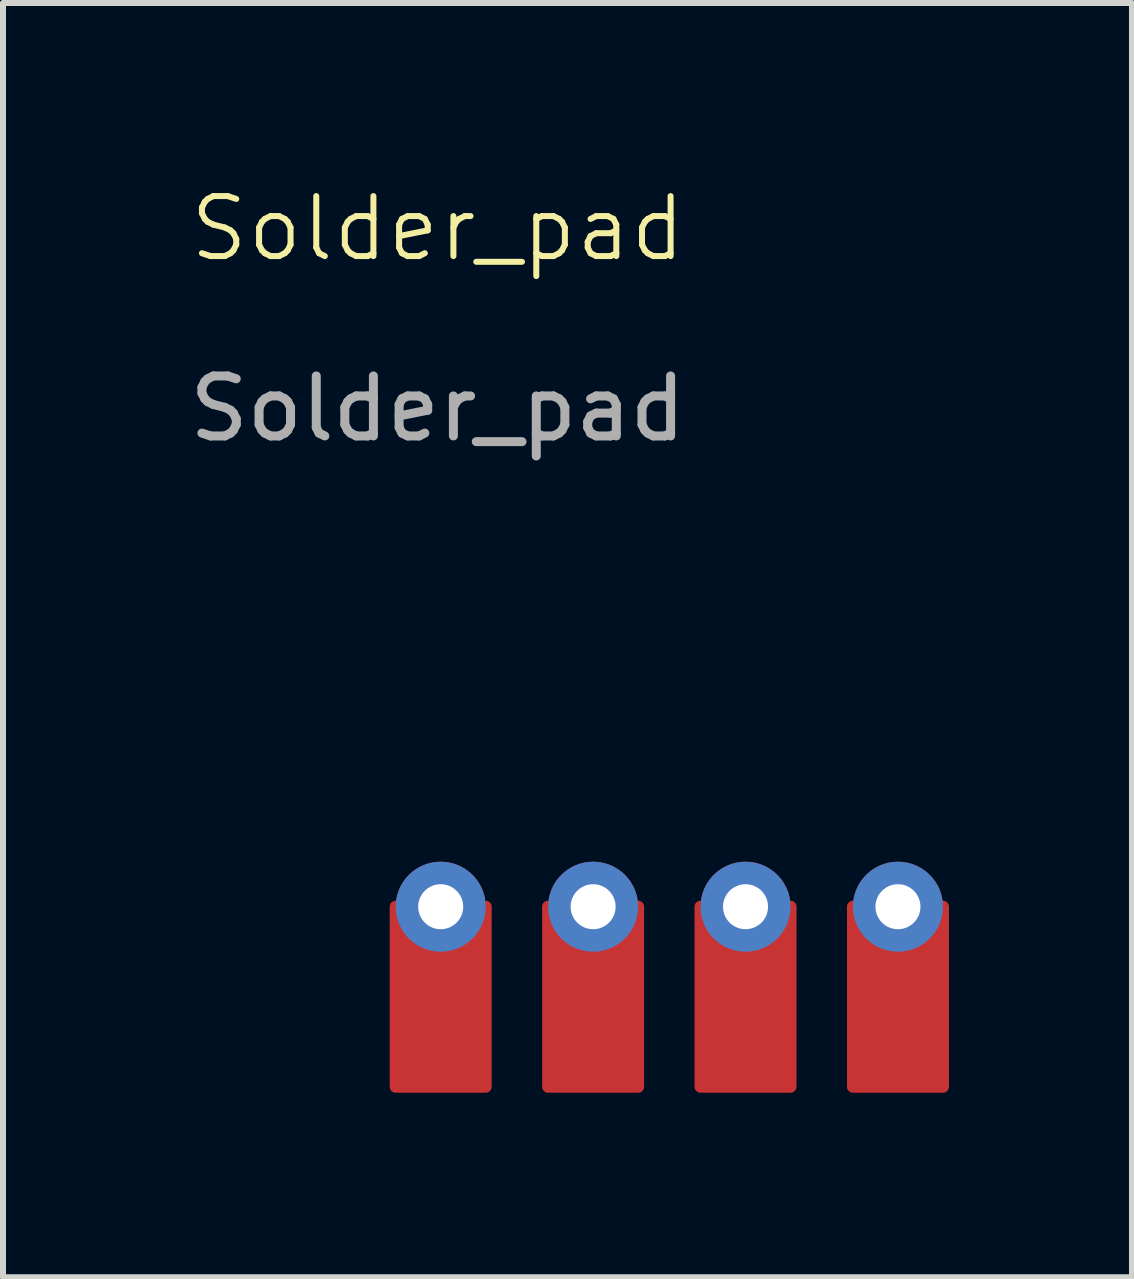
<source format=kicad_pcb>
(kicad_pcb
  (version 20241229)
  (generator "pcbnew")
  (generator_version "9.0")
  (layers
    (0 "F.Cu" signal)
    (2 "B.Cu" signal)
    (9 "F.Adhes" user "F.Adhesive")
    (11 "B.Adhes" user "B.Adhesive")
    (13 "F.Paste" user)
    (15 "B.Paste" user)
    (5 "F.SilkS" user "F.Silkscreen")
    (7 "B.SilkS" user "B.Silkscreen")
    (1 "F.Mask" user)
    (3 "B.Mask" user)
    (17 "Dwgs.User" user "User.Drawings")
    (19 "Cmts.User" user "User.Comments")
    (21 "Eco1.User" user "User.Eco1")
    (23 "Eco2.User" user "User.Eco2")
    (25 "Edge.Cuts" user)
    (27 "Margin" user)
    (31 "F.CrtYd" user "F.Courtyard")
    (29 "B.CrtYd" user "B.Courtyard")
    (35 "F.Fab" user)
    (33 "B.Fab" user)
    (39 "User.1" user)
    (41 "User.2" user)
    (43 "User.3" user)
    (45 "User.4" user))
  (footprint "Solder_pad"
    (layer "F.Cu")
    (at 4.294 12.06)
    (property "Reference" "Solder_pad" (at -0.05 -11.3 0) (unlocked yes) (layer "F.SilkS") (effects (font (size 1 1) (thickness 0.1))))
    (attr through_hole)
    (fp_rect (start -0.75 0) (end 0.75 3) (stroke (width 0.2) (type solid)) (fill yes) (layer "F.Cu"))
    (fp_rect (start 1.79 0) (end 3.29 3) (stroke (width 0.2) (type solid)) (fill yes) (layer "F.Cu"))
    (fp_rect (start 4.33 0) (end 5.83 3) (stroke (width 0.2) (type solid)) (fill yes) (layer "F.Cu"))
    (fp_rect (start 6.87 0) (end 8.37 3) (stroke (width 0.2) (type solid)) (fill yes) (layer "F.Cu"))
    (fp_rect (start -0.85 -0.1) (end 0.85 3.125) (stroke (width 0.1) (type solid)) (fill yes) (layer "F.Mask"))
    (fp_rect (start 1.69 -0.1) (end 3.39 3.125) (stroke (width 0.1) (type solid)) (fill yes) (layer "F.Mask"))
    (fp_rect (start 4.23 -0.1) (end 5.93 3.125) (stroke (width 0.1) (type solid)) (fill yes) (layer "F.Mask"))
    (fp_rect (start 6.77 -0.1) (end 8.47 3.125) (stroke (width 0.1) (type solid)) (fill yes) (layer "F.Mask"))
    (fp_circle (center 0 0) (end 0.76 0) (stroke (width 0.1) (type solid)) (fill yes) (layer "F.Mask"))
    (fp_circle (center 2.54 0) (end 3.3 0) (stroke (width 0.1) (type solid)) (fill yes) (layer "F.Mask"))
    (fp_circle (center 5.08 0) (end 5.84 0) (stroke (width 0.1) (type solid)) (fill yes) (layer "F.Mask"))
    (fp_circle (center 7.62 0) (end 8.38 0) (stroke (width 0.1) (type solid)) (fill yes) (layer "F.Mask"))
    (fp_text user "${REFERENCE}" (at -0.05 -8.3 0) (unlocked yes) (layer "F.Fab") (effects (font (size 1 1) (thickness 0.15))))
    (pad "1" thru_hole circle (at 0 0) (size 1.5 1.5) (drill 0.75) (layers "*.Cu" "*.Mask"))
    (pad "2" thru_hole circle (at 2.54 0) (size 1.5 1.5) (drill 0.75) (layers "*.Cu" "*.Mask"))
    (pad "3" thru_hole circle (at 5.08 0) (size 1.5 1.5) (drill 0.75) (layers "*.Cu" "*.Mask"))
    (pad "4" thru_hole circle (at 7.62 0) (size 1.5 1.5) (drill 0.75) (layers "*.Cu" "*.Mask")))
  (gr_rect
    (start -3 -3)
    (end 15.814 18.235)
    (stroke (width 0.1) (type default))
    (fill no)
    (layer "Edge.Cuts")))
</source>
